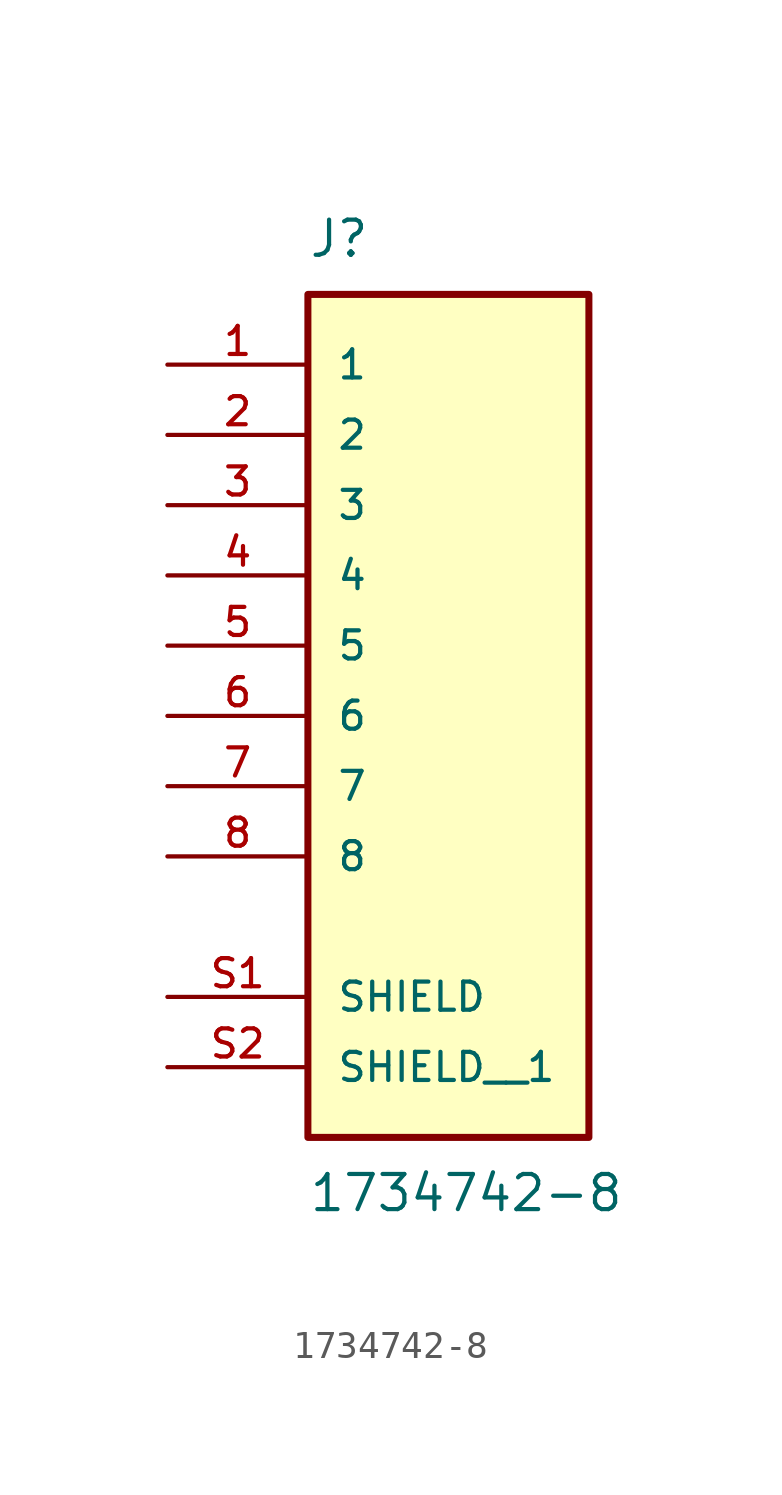
<source format=kicad_sym>
(kicad_symbol_lib
  (version 20211014)
  (generator kicad_symbol_editor)
  (symbol "1734742-8"
    (pin_names
      (offset 1.016))
    (property "Reference" "J"
      (at -5.08 13.97 0)
      (effects (font (size 1.27 1.27)) (justify bottom left)))
    (property "Value" "1734742-8"
      (at -5.08 -19.05 0)
      (effects (font (size 1.27 1.27)) (justify top left)))
    (symbol "1734742-8_0_0"
      (rectangle (start -5.08 -17.78) (end 5.08 12.7) (stroke (width 0.254)) (fill (type background)))
      (pin passive line (at -10.16 10.16 0) (length 5.08) (name "1" (effects (font (size 1.016 1.016)))) (number "1" (effects (font (size 1.016 1.016)))))
      (pin passive line (at -10.16 7.62 0) (length 5.08) (name "2" (effects (font (size 1.016 1.016)))) (number "2" (effects (font (size 1.016 1.016)))))
      (pin passive line (at -10.16 5.08 0) (length 5.08) (name "3" (effects (font (size 1.016 1.016)))) (number "3" (effects (font (size 1.016 1.016)))))
      (pin passive line (at -10.16 2.54 0) (length 5.08) (name "4" (effects (font (size 1.016 1.016)))) (number "4" (effects (font (size 1.016 1.016)))))
      (pin passive line (at -10.16 0.0 0) (length 5.08) (name "5" (effects (font (size 1.016 1.016)))) (number "5" (effects (font (size 1.016 1.016)))))
      (pin passive line (at -10.16 -2.54 0) (length 5.08) (name "6" (effects (font (size 1.016 1.016)))) (number "6" (effects (font (size 1.016 1.016)))))
      (pin passive line (at -10.16 -12.7 0) (length 5.08) (name "SHIELD" (effects (font (size 1.016 1.016)))) (number "S1" (effects (font (size 1.016 1.016)))))
      (pin passive line (at -10.16 -5.08 0) (length 5.08) (name "7" (effects (font (size 1.016 1.016)))) (number "7" (effects (font (size 1.016 1.016)))))
      (pin passive line (at -10.16 -7.62 0) (length 5.08) (name "8" (effects (font (size 1.016 1.016)))) (number "8" (effects (font (size 1.016 1.016)))))
      (pin passive line (at -10.16 -15.24 0) (length 5.08) (name "SHIELD__1" (effects (font (size 1.016 1.016)))) (number "S2" (effects (font (size 1.016 1.016))))))))
</source>
